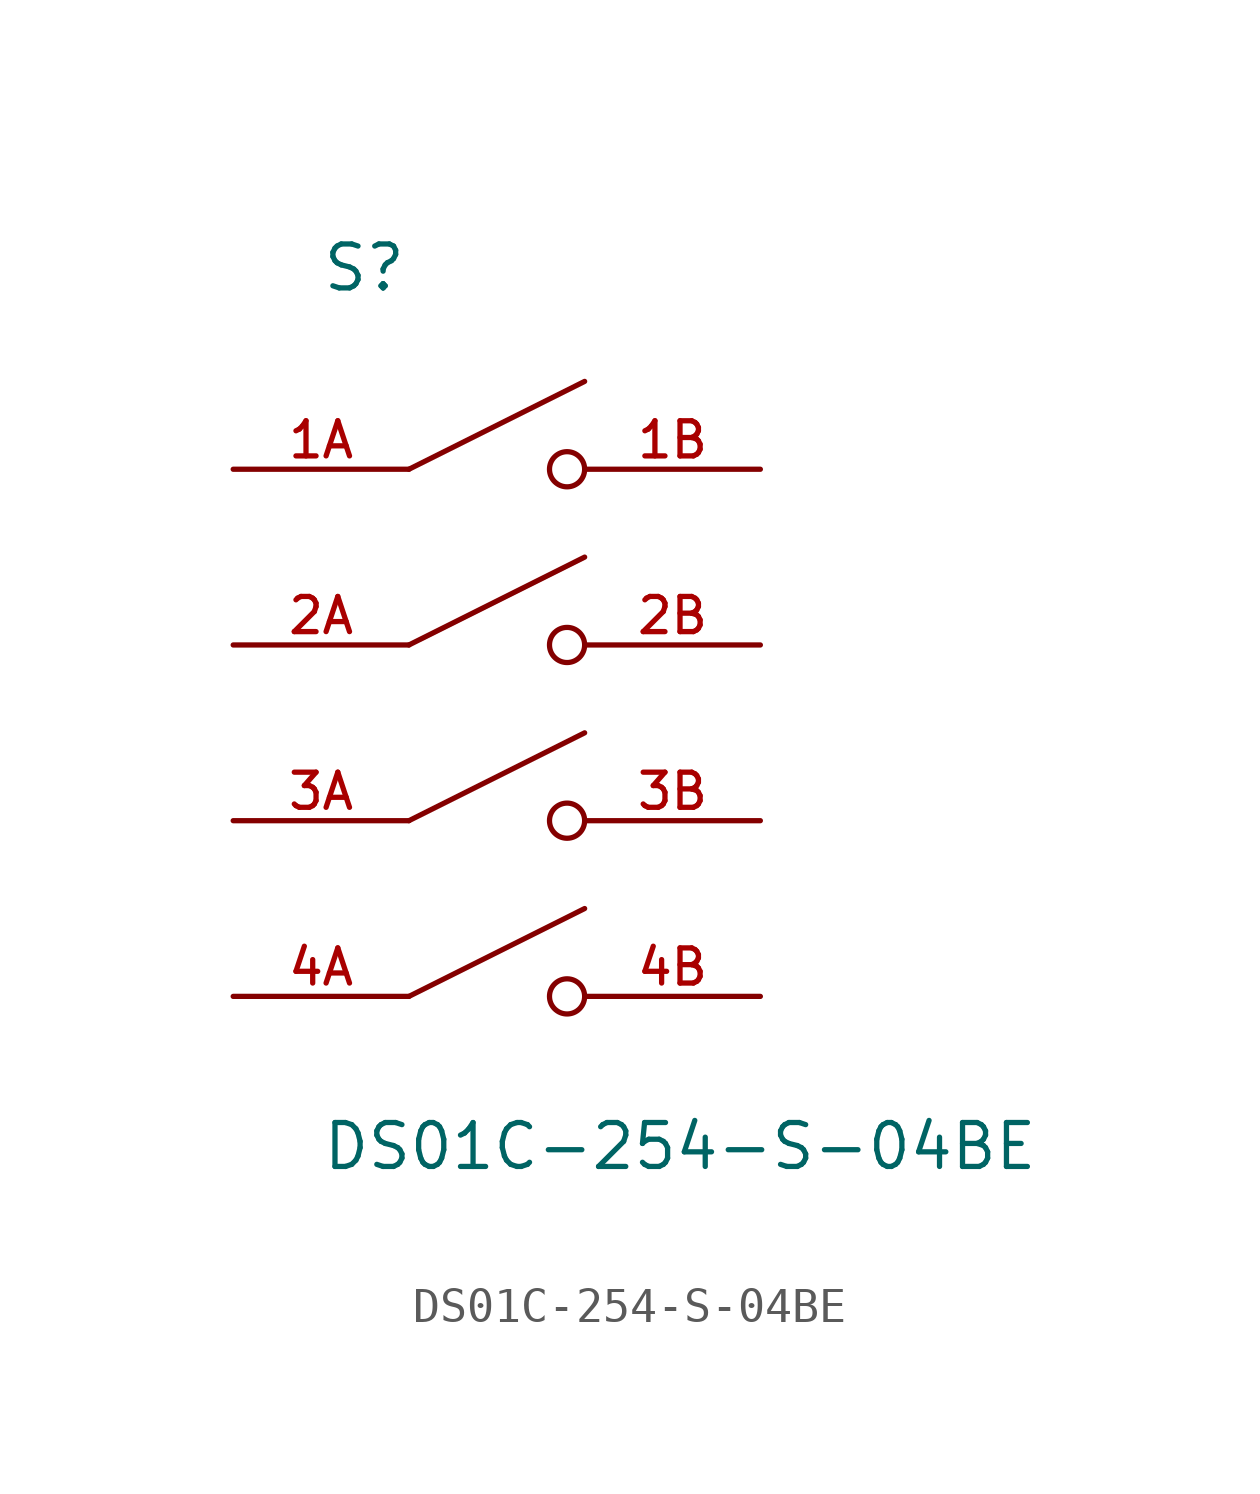
<source format=kicad_sym>
(kicad_symbol_lib
  (version 20211014)
  (generator kicad_symbol_editor)
  (symbol "DS01C-254-S-04BE"
    (pin_names
      (offset 1.016))
    (property "Reference" "S"
      (at -5.08 12.7 0)
      (effects (font (size 1.27 1.27)) (justify bottom left)))
    (property "Value" "DS01C-254-S-04BE"
      (at -5.08 -12.7 0)
      (effects (font (size 1.27 1.27)) (justify bottom left)))
    (symbol "DS01C-254-S-04BE_0_0"
      (polyline (pts (xy -2.54 7.62) (xy 2.54 10.16)) (stroke (width 0.152)))
      (circle (center 2.032 7.62) (radius 0.508) (stroke (width 0.152)) (fill (type none)))
      (polyline (pts (xy -2.54 2.54) (xy 2.54 5.08)) (stroke (width 0.152)))
      (circle (center 2.032 2.54) (radius 0.508) (stroke (width 0.152)) (fill (type none)))
      (polyline (pts (xy -2.54 -2.54) (xy 2.54 0.0)) (stroke (width 0.152)))
      (circle (center 2.032 -2.54) (radius 0.508) (stroke (width 0.152)) (fill (type none)))
      (polyline (pts (xy -2.54 -7.62) (xy 2.54 -5.08)) (stroke (width 0.152)))
      (circle (center 2.032 -7.62) (radius 0.508) (stroke (width 0.152)) (fill (type none)))
      (pin passive line (at -7.62 7.62 0) (length 5.08) (name "~" (effects (font (size 1.016 1.016)))) (number "1A" (effects (font (size 1.016 1.016)))))
      (pin passive line (at 7.62 7.62 180.0) (length 5.08) (name "~" (effects (font (size 1.016 1.016)))) (number "1B" (effects (font (size 1.016 1.016)))))
      (pin passive line (at -7.62 2.54 0) (length 5.08) (name "~" (effects (font (size 1.016 1.016)))) (number "2A" (effects (font (size 1.016 1.016)))))
      (pin passive line (at -7.62 -2.54 0) (length 5.08) (name "~" (effects (font (size 1.016 1.016)))) (number "3A" (effects (font (size 1.016 1.016)))))
      (pin passive line (at 7.62 2.54 180.0) (length 5.08) (name "~" (effects (font (size 1.016 1.016)))) (number "2B" (effects (font (size 1.016 1.016)))))
      (pin passive line (at 7.62 -2.54 180.0) (length 5.08) (name "~" (effects (font (size 1.016 1.016)))) (number "3B" (effects (font (size 1.016 1.016)))))
      (pin passive line (at -7.62 -7.62 0) (length 5.08) (name "~" (effects (font (size 1.016 1.016)))) (number "4A" (effects (font (size 1.016 1.016)))))
      (pin passive line (at 7.62 -7.62 180.0) (length 5.08) (name "~" (effects (font (size 1.016 1.016)))) (number "4B" (effects (font (size 1.016 1.016))))))))
</source>
